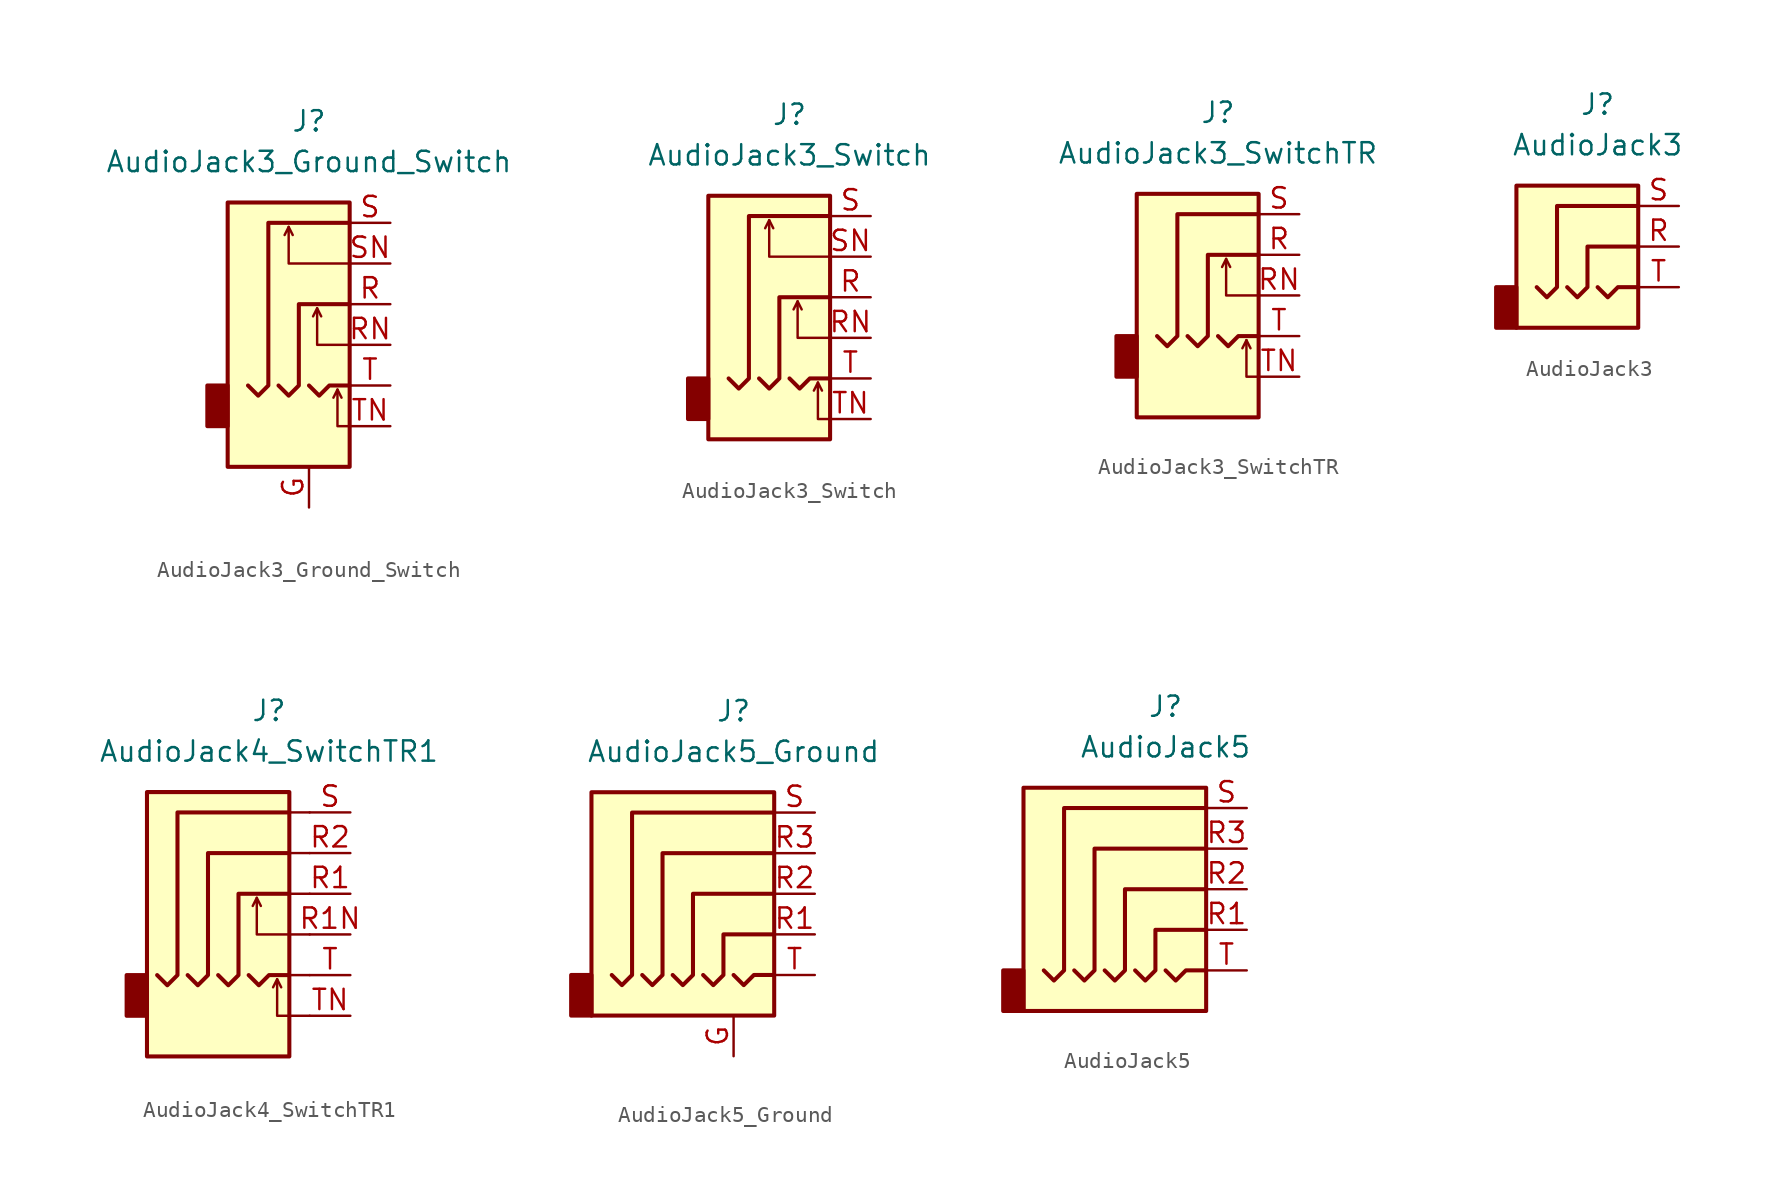
<source format=kicad_sym>
(kicad_symbol_lib
  (version 20211014)
  (generator kicad_symbol_editor)
  (symbol "AudioJack3_Ground_Switch"
    (property "Reference" "J"
      (at 0 11.43 0)
      (effects (font (size 1.27 1.27))))
    (property "Value" "AudioJack3_Ground_Switch"
      (at 0 8.89 0)
      (effects (font (size 1.27 1.27))))
    (symbol "AudioJack3_Ground_Switch_0_1"
      (rectangle (start -5.08 -5.08) (end -6.35 -7.62) (stroke (width 0.254) (type default) (color 0 0 0 0)) (fill (type outline)))
      (rectangle (start 2.54 6.35) (end -5.08 -10.16) (stroke (width 0.254) (type default) (color 0 0 0 0)) (fill (type background))))
    (symbol "AudioJack3_Ground_Switch_1_1"
      (polyline (pts (xy -1.27 4.826) (xy -1.016 4.318)) (stroke (width 0) (type default) (color 0 0 0 0)) (fill (type none)))
      (polyline (pts (xy 0.508 -0.254) (xy 0.762 -0.762)) (stroke (width 0) (type default) (color 0 0 0 0)) (fill (type none)))
      (polyline (pts (xy 1.778 -5.334) (xy 2.032 -5.842)) (stroke (width 0) (type default) (color 0 0 0 0)) (fill (type none)))
      (polyline (pts (xy 0 -5.08) (xy 0.635 -5.715) (xy 1.27 -5.08) (xy 2.54 -5.08)) (stroke (width 0.254) (type default) (color 0 0 0 0)) (fill (type none)))
      (polyline (pts (xy 2.54 -7.62) (xy 1.778 -7.62) (xy 1.778 -5.334) (xy 1.524 -5.842)) (stroke (width 0) (type default) (color 0 0 0 0)) (fill (type none)))
      (polyline (pts (xy 2.54 -2.54) (xy 0.508 -2.54) (xy 0.508 -0.254) (xy 0.254 -0.762)) (stroke (width 0) (type default) (color 0 0 0 0)) (fill (type none)))
      (polyline (pts (xy 2.54 2.54) (xy -1.27 2.54) (xy -1.27 4.826) (xy -1.524 4.318)) (stroke (width 0) (type default) (color 0 0 0 0)) (fill (type none)))
      (polyline (pts (xy -1.905 -5.08) (xy -1.27 -5.715) (xy -0.635 -5.08) (xy -0.635 0) (xy 2.54 0)) (stroke (width 0.254) (type default) (color 0 0 0 0)) (fill (type none)))
      (polyline (pts (xy 2.54 5.08) (xy -2.54 5.08) (xy -2.54 -5.08) (xy -3.175 -5.715) (xy -3.81 -5.08)) (stroke (width 0.254) (type default) (color 0 0 0 0)) (fill (type none)))
      (pin passive line (at 0 -12.7 90) (length 2.54) (name "~" (effects (font (size 1.27 1.27)))) (number "G" (effects (font (size 1.27 1.27)))))
      (pin passive line (at 5.08 0 180) (length 2.54) (name "~" (effects (font (size 1.27 1.27)))) (number "R" (effects (font (size 1.27 1.27)))))
      (pin passive line (at 5.08 -2.54 180) (length 2.54) (name "~" (effects (font (size 1.27 1.27)))) (number "RN" (effects (font (size 1.27 1.27)))))
      (pin passive line (at 5.08 5.08 180) (length 2.54) (name "~" (effects (font (size 1.27 1.27)))) (number "S" (effects (font (size 1.27 1.27)))))
      (pin passive line (at 5.08 2.54 180) (length 2.54) (name "~" (effects (font (size 1.27 1.27)))) (number "SN" (effects (font (size 1.27 1.27)))))
      (pin passive line (at 5.08 -5.08 180) (length 2.54) (name "~" (effects (font (size 1.27 1.27)))) (number "T" (effects (font (size 1.27 1.27)))))
      (pin passive line (at 5.08 -7.62 180) (length 2.54) (name "~" (effects (font (size 1.27 1.27)))) (number "TN" (effects (font (size 1.27 1.27)))))))
  (symbol "AudioJack3_Switch"
    (property "Reference" "J"
      (at 0 11.43 0)
      (effects (font (size 1.27 1.27))))
    (property "Value" "AudioJack3_Switch"
      (at 0 8.89 0)
      (effects (font (size 1.27 1.27))))
    (symbol "AudioJack3_Switch_0_1"
      (rectangle (start -5.08 -5.08) (end -6.35 -7.62) (stroke (width 0.254) (type default) (color 0 0 0 0)) (fill (type outline)))
      (polyline (pts (xy -1.27 4.826) (xy -1.016 4.318)) (stroke (width 0) (type default) (color 0 0 0 0)) (fill (type none)))
      (polyline (pts (xy 0.508 -0.254) (xy 0.762 -0.762)) (stroke (width 0) (type default) (color 0 0 0 0)) (fill (type none)))
      (polyline (pts (xy 1.778 -5.334) (xy 2.032 -5.842)) (stroke (width 0) (type default) (color 0 0 0 0)) (fill (type none)))
      (polyline (pts (xy 0 -5.08) (xy 0.635 -5.715) (xy 1.27 -5.08) (xy 2.54 -5.08)) (stroke (width 0.254) (type default) (color 0 0 0 0)) (fill (type none)))
      (polyline (pts (xy 2.54 -7.62) (xy 1.778 -7.62) (xy 1.778 -5.334) (xy 1.524 -5.842)) (stroke (width 0) (type default) (color 0 0 0 0)) (fill (type none)))
      (polyline (pts (xy 2.54 -2.54) (xy 0.508 -2.54) (xy 0.508 -0.254) (xy 0.254 -0.762)) (stroke (width 0) (type default) (color 0 0 0 0)) (fill (type none)))
      (polyline (pts (xy 2.54 2.54) (xy -1.27 2.54) (xy -1.27 4.826) (xy -1.524 4.318)) (stroke (width 0) (type default) (color 0 0 0 0)) (fill (type none)))
      (polyline (pts (xy -1.905 -5.08) (xy -1.27 -5.715) (xy -0.635 -5.08) (xy -0.635 0) (xy 2.54 0)) (stroke (width 0.254) (type default) (color 0 0 0 0)) (fill (type none)))
      (polyline (pts (xy 2.54 5.08) (xy -2.54 5.08) (xy -2.54 -5.08) (xy -3.175 -5.715) (xy -3.81 -5.08)) (stroke (width 0.254) (type default) (color 0 0 0 0)) (fill (type none)))
      (rectangle (start 2.54 6.35) (end -5.08 -8.89) (stroke (width 0.254) (type default) (color 0 0 0 0)) (fill (type background))))
    (symbol "AudioJack3_Switch_1_1"
      (pin passive line (at 5.08 0 180) (length 2.54) (name "~" (effects (font (size 1.27 1.27)))) (number "R" (effects (font (size 1.27 1.27)))))
      (pin passive line (at 5.08 -2.54 180) (length 2.54) (name "~" (effects (font (size 1.27 1.27)))) (number "RN" (effects (font (size 1.27 1.27)))))
      (pin passive line (at 5.08 5.08 180) (length 2.54) (name "~" (effects (font (size 1.27 1.27)))) (number "S" (effects (font (size 1.27 1.27)))))
      (pin passive line (at 5.08 2.54 180) (length 2.54) (name "~" (effects (font (size 1.27 1.27)))) (number "SN" (effects (font (size 1.27 1.27)))))
      (pin passive line (at 5.08 -5.08 180) (length 2.54) (name "~" (effects (font (size 1.27 1.27)))) (number "T" (effects (font (size 1.27 1.27)))))
      (pin passive line (at 5.08 -7.62 180) (length 2.54) (name "~" (effects (font (size 1.27 1.27)))) (number "TN" (effects (font (size 1.27 1.27)))))))
  (symbol "AudioJack3_SwitchTR"
    (property "Reference" "J"
      (at 0 8.89 0)
      (effects (font (size 1.27 1.27))))
    (property "Value" "AudioJack3_SwitchTR"
      (at 0 6.35 0)
      (effects (font (size 1.27 1.27))))
    (symbol "AudioJack3_SwitchTR_0_1"
      (rectangle (start -5.08 -5.08) (end -6.35 -7.62) (stroke (width 0.254) (type default) (color 0 0 0 0)) (fill (type outline)))
      (polyline (pts (xy 0.508 -0.254) (xy 0.762 -0.762)) (stroke (width 0) (type default) (color 0 0 0 0)) (fill (type none)))
      (polyline (pts (xy 1.778 -5.334) (xy 2.032 -5.842)) (stroke (width 0) (type default) (color 0 0 0 0)) (fill (type none)))
      (polyline (pts (xy 0 -5.08) (xy 0.635 -5.715) (xy 1.27 -5.08) (xy 2.54 -5.08)) (stroke (width 0.254) (type default) (color 0 0 0 0)) (fill (type none)))
      (polyline (pts (xy 2.54 -7.62) (xy 1.778 -7.62) (xy 1.778 -5.334) (xy 1.524 -5.842)) (stroke (width 0) (type default) (color 0 0 0 0)) (fill (type none)))
      (polyline (pts (xy 2.54 -2.54) (xy 0.508 -2.54) (xy 0.508 -0.254) (xy 0.254 -0.762)) (stroke (width 0) (type default) (color 0 0 0 0)) (fill (type none)))
      (polyline (pts (xy -1.905 -5.08) (xy -1.27 -5.715) (xy -0.635 -5.08) (xy -0.635 0) (xy 2.54 0)) (stroke (width 0.254) (type default) (color 0 0 0 0)) (fill (type none)))
      (polyline (pts (xy 2.54 2.54) (xy -2.54 2.54) (xy -2.54 -5.08) (xy -3.175 -5.715) (xy -3.81 -5.08)) (stroke (width 0.254) (type default) (color 0 0 0 0)) (fill (type none)))
      (rectangle (start 2.54 3.81) (end -5.08 -10.16) (stroke (width 0.254) (type default) (color 0 0 0 0)) (fill (type background))))
    (symbol "AudioJack3_SwitchTR_1_1"
      (pin passive line (at 5.08 0 180) (length 2.54) (name "~" (effects (font (size 1.27 1.27)))) (number "R" (effects (font (size 1.27 1.27)))))
      (pin passive line (at 5.08 -2.54 180) (length 2.54) (name "~" (effects (font (size 1.27 1.27)))) (number "RN" (effects (font (size 1.27 1.27)))))
      (pin passive line (at 5.08 2.54 180) (length 2.54) (name "~" (effects (font (size 1.27 1.27)))) (number "S" (effects (font (size 1.27 1.27)))))
      (pin passive line (at 5.08 -5.08 180) (length 2.54) (name "~" (effects (font (size 1.27 1.27)))) (number "T" (effects (font (size 1.27 1.27)))))
      (pin passive line (at 5.08 -7.62 180) (length 2.54) (name "~" (effects (font (size 1.27 1.27)))) (number "TN" (effects (font (size 1.27 1.27)))))))
  (symbol "AudioJack3"
    (property "Reference" "J"
      (at 0 8.89 0)
      (effects (font (size 1.27 1.27))))
    (property "Value" "AudioJack3"
      (at 0 6.35 0)
      (effects (font (size 1.27 1.27))))
    (symbol "AudioJack3_0_1"
      (rectangle (start -5.08 -5.08) (end -6.35 -2.54) (stroke (width 0.254) (type default) (color 0 0 0 0)) (fill (type outline)))
      (polyline (pts (xy 0 -2.54) (xy 0.635 -3.175) (xy 1.27 -2.54) (xy 2.54 -2.54)) (stroke (width 0.254) (type default) (color 0 0 0 0)) (fill (type none)))
      (polyline (pts (xy -1.905 -2.54) (xy -1.27 -3.175) (xy -0.635 -2.54) (xy -0.635 0) (xy 2.54 0)) (stroke (width 0.254) (type default) (color 0 0 0 0)) (fill (type none)))
      (polyline (pts (xy 2.54 2.54) (xy -2.54 2.54) (xy -2.54 -2.54) (xy -3.175 -3.175) (xy -3.81 -2.54)) (stroke (width 0.254) (type default) (color 0 0 0 0)) (fill (type none)))
      (rectangle (start 2.54 3.81) (end -5.08 -5.08) (stroke (width 0.254) (type default) (color 0 0 0 0)) (fill (type background))))
    (symbol "AudioJack3_1_1"
      (pin passive line (at 5.08 0 180) (length 2.54) (name "~" (effects (font (size 1.27 1.27)))) (number "R" (effects (font (size 1.27 1.27)))))
      (pin passive line (at 5.08 2.54 180) (length 2.54) (name "~" (effects (font (size 1.27 1.27)))) (number "S" (effects (font (size 1.27 1.27)))))
      (pin passive line (at 5.08 -2.54 180) (length 2.54) (name "~" (effects (font (size 1.27 1.27)))) (number "T" (effects (font (size 1.27 1.27)))))))
  (symbol "AudioJack4_SwitchTR1"
    (property "Reference" "J"
      (at 0 11.43 0)
      (effects (font (size 1.27 1.27))))
    (property "Value" "AudioJack4_SwitchTR1"
      (at 0 8.89 0)
      (effects (font (size 1.27 1.27))))
    (symbol "AudioJack4_SwitchTR1_0_1"
      (rectangle (start -7.62 -5.08) (end -8.89 -7.62) (stroke (width 0.254) (type default) (color 0 0 0 0)) (fill (type outline)))
      (polyline (pts (xy 1.27 -5.08) (xy 2.54 -5.08)) (stroke (width 0) (type default) (color 0 0 0 0)) (fill (type none)))
      (polyline (pts (xy 1.27 2.54) (xy 2.54 2.54)) (stroke (width 0) (type default) (color 0 0 0 0)) (fill (type none)))
      (polyline (pts (xy 2.54 0) (xy 1.27 0)) (stroke (width 0) (type default) (color 0 0 0 0)) (fill (type none)))
      (polyline (pts (xy 2.54 5.08) (xy 1.27 5.08)) (stroke (width 0) (type default) (color 0 0 0 0)) (fill (type none)))
      (rectangle (start 1.27 6.35) (end -7.62 -10.16) (stroke (width 0.254) (type default) (color 0 0 0 0)) (fill (type background))))
    (symbol "AudioJack4_SwitchTR1_1_1"
      (polyline (pts (xy -0.762 -0.254) (xy -0.508 -0.762)) (stroke (width 0) (type default) (color 0 0 0 0)) (fill (type none)))
      (polyline (pts (xy 0.508 -5.334) (xy 0.762 -5.842)) (stroke (width 0) (type default) (color 0 0 0 0)) (fill (type none)))
      (polyline (pts (xy -1.27 -5.08) (xy -0.635 -5.715) (xy 0 -5.08) (xy 1.27 -5.08)) (stroke (width 0.254) (type default) (color 0 0 0 0)) (fill (type none)))
      (polyline (pts (xy 2.54 -7.62) (xy 0.508 -7.62) (xy 0.508 -5.334) (xy 0.254 -5.842)) (stroke (width 0) (type default) (color 0 0 0 0)) (fill (type none)))
      (polyline (pts (xy 2.54 -2.54) (xy -0.762 -2.54) (xy -0.762 -0.254) (xy -1.016 -0.762)) (stroke (width 0) (type default) (color 0 0 0 0)) (fill (type none)))
      (polyline (pts (xy -3.175 -5.08) (xy -2.54 -5.715) (xy -1.905 -5.08) (xy -1.905 0) (xy 1.27 0)) (stroke (width 0.254) (type default) (color 0 0 0 0)) (fill (type none)))
      (polyline (pts (xy 1.27 2.54) (xy -3.81 2.54) (xy -3.81 -5.08) (xy -4.445 -5.715) (xy -5.08 -5.08)) (stroke (width 0.254) (type default) (color 0 0 0 0)) (fill (type none)))
      (polyline (pts (xy 1.27 5.08) (xy -5.715 5.08) (xy -5.715 -5.08) (xy -6.35 -5.715) (xy -6.985 -5.08)) (stroke (width 0.254) (type default) (color 0 0 0 0)) (fill (type none)))
      (pin passive line (at 5.08 0 180) (length 2.54) (name "~" (effects (font (size 1.27 1.27)))) (number "R1" (effects (font (size 1.27 1.27)))))
      (pin passive line (at 5.08 -2.54 180) (length 2.54) (name "~" (effects (font (size 1.27 1.27)))) (number "R1N" (effects (font (size 1.27 1.27)))))
      (pin passive line (at 5.08 2.54 180) (length 2.54) (name "~" (effects (font (size 1.27 1.27)))) (number "R2" (effects (font (size 1.27 1.27)))))
      (pin passive line (at 5.08 5.08 180) (length 2.54) (name "~" (effects (font (size 1.27 1.27)))) (number "S" (effects (font (size 1.27 1.27)))))
      (pin passive line (at 5.08 -5.08 180) (length 2.54) (name "~" (effects (font (size 1.27 1.27)))) (number "T" (effects (font (size 1.27 1.27)))))
      (pin passive line (at 5.08 -7.62 180) (length 2.54) (name "~" (effects (font (size 1.27 1.27)))) (number "TN" (effects (font (size 1.27 1.27)))))))
  (symbol "AudioJack5_Ground"
    (property "Reference" "J"
      (at 0 11.43 0)
      (effects (font (size 1.27 1.27))))
    (property "Value" "AudioJack5_Ground"
      (at 0 8.89 0)
      (effects (font (size 1.27 1.27))))
    (symbol "AudioJack5_Ground_0_1"
      (rectangle (start -8.89 -5.08) (end -10.16 -7.62) (stroke (width 0.254) (type default) (color 0 0 0 0)) (fill (type outline)))
      (polyline (pts (xy 0 -5.08) (xy 0.635 -5.715) (xy 1.27 -5.08) (xy 2.54 -5.08)) (stroke (width 0.254) (type default) (color 0 0 0 0)) (fill (type none)))
      (polyline (pts (xy -5.715 -5.08) (xy -5.08 -5.715) (xy -4.445 -5.08) (xy -4.445 2.54) (xy 2.54 2.54)) (stroke (width 0.254) (type default) (color 0 0 0 0)) (fill (type none)))
      (polyline (pts (xy -1.905 -5.08) (xy -1.27 -5.715) (xy -0.635 -5.08) (xy -0.635 -2.54) (xy 2.54 -2.54)) (stroke (width 0.254) (type default) (color 0 0 0 0)) (fill (type none)))
      (polyline (pts (xy 2.54 0) (xy -2.54 0) (xy -2.54 -5.08) (xy -3.175 -5.715) (xy -3.81 -5.08)) (stroke (width 0.254) (type default) (color 0 0 0 0)) (fill (type none)))
      (polyline (pts (xy 2.54 5.08) (xy -6.35 5.08) (xy -6.35 -5.08) (xy -6.985 -5.715) (xy -7.62 -5.08)) (stroke (width 0.254) (type default) (color 0 0 0 0)) (fill (type none)))
      (rectangle (start 2.54 6.35) (end -8.89 -7.62) (stroke (width 0.254) (type default) (color 0 0 0 0)) (fill (type background))))
    (symbol "AudioJack5_Ground_1_1"
      (pin passive line (at 0 -10.16 90) (length 2.54) (name "~" (effects (font (size 1.27 1.27)))) (number "G" (effects (font (size 1.27 1.27)))))
      (pin passive line (at 5.08 -2.54 180) (length 2.54) (name "~" (effects (font (size 1.27 1.27)))) (number "R1" (effects (font (size 1.27 1.27)))))
      (pin passive line (at 5.08 0 180) (length 2.54) (name "~" (effects (font (size 1.27 1.27)))) (number "R2" (effects (font (size 1.27 1.27)))))
      (pin passive line (at 5.08 2.54 180) (length 2.54) (name "~" (effects (font (size 1.27 1.27)))) (number "R3" (effects (font (size 1.27 1.27)))))
      (pin passive line (at 5.08 5.08 180) (length 2.54) (name "~" (effects (font (size 1.27 1.27)))) (number "S" (effects (font (size 1.27 1.27)))))
      (pin passive line (at 5.08 -5.08 180) (length 2.54) (name "~" (effects (font (size 1.27 1.27)))) (number "T" (effects (font (size 1.27 1.27)))))))
  (symbol "AudioJack5"
    (property "Reference" "J"
      (at 0 11.43 0)
      (effects (font (size 1.27 1.27))))
    (property "Value" "AudioJack5"
      (at 0 8.89 0)
      (effects (font (size 1.27 1.27))))
    (symbol "AudioJack5_0_1"
      (rectangle (start -8.89 -5.08) (end -10.16 -7.62) (stroke (width 0.254) (type default) (color 0 0 0 0)) (fill (type outline)))
      (polyline (pts (xy 0 -5.08) (xy 0.635 -5.715) (xy 1.27 -5.08) (xy 2.54 -5.08)) (stroke (width 0.254) (type default) (color 0 0 0 0)) (fill (type none)))
      (polyline (pts (xy -5.715 -5.08) (xy -5.08 -5.715) (xy -4.445 -5.08) (xy -4.445 2.54) (xy 2.54 2.54)) (stroke (width 0.254) (type default) (color 0 0 0 0)) (fill (type none)))
      (polyline (pts (xy -1.905 -5.08) (xy -1.27 -5.715) (xy -0.635 -5.08) (xy -0.635 -2.54) (xy 2.54 -2.54)) (stroke (width 0.254) (type default) (color 0 0 0 0)) (fill (type none)))
      (polyline (pts (xy 2.54 0) (xy -2.54 0) (xy -2.54 -5.08) (xy -3.175 -5.715) (xy -3.81 -5.08)) (stroke (width 0.254) (type default) (color 0 0 0 0)) (fill (type none)))
      (polyline (pts (xy 2.54 5.08) (xy -6.35 5.08) (xy -6.35 -5.08) (xy -6.985 -5.715) (xy -7.62 -5.08)) (stroke (width 0.254) (type default) (color 0 0 0 0)) (fill (type none)))
      (rectangle (start 2.54 6.35) (end -8.89 -7.62) (stroke (width 0.254) (type default) (color 0 0 0 0)) (fill (type background))))
    (symbol "AudioJack5_1_1"
      (pin passive line (at 5.08 -2.54 180) (length 2.54) (name "~" (effects (font (size 1.27 1.27)))) (number "R1" (effects (font (size 1.27 1.27)))))
      (pin passive line (at 5.08 0 180) (length 2.54) (name "~" (effects (font (size 1.27 1.27)))) (number "R2" (effects (font (size 1.27 1.27)))))
      (pin passive line (at 5.08 2.54 180) (length 2.54) (name "~" (effects (font (size 1.27 1.27)))) (number "R3" (effects (font (size 1.27 1.27)))))
      (pin passive line (at 5.08 5.08 180) (length 2.54) (name "~" (effects (font (size 1.27 1.27)))) (number "S" (effects (font (size 1.27 1.27)))))
      (pin passive line (at 5.08 -5.08 180) (length 2.54) (name "~" (effects (font (size 1.27 1.27)))) (number "T" (effects (font (size 1.27 1.27))))))))
</source>
